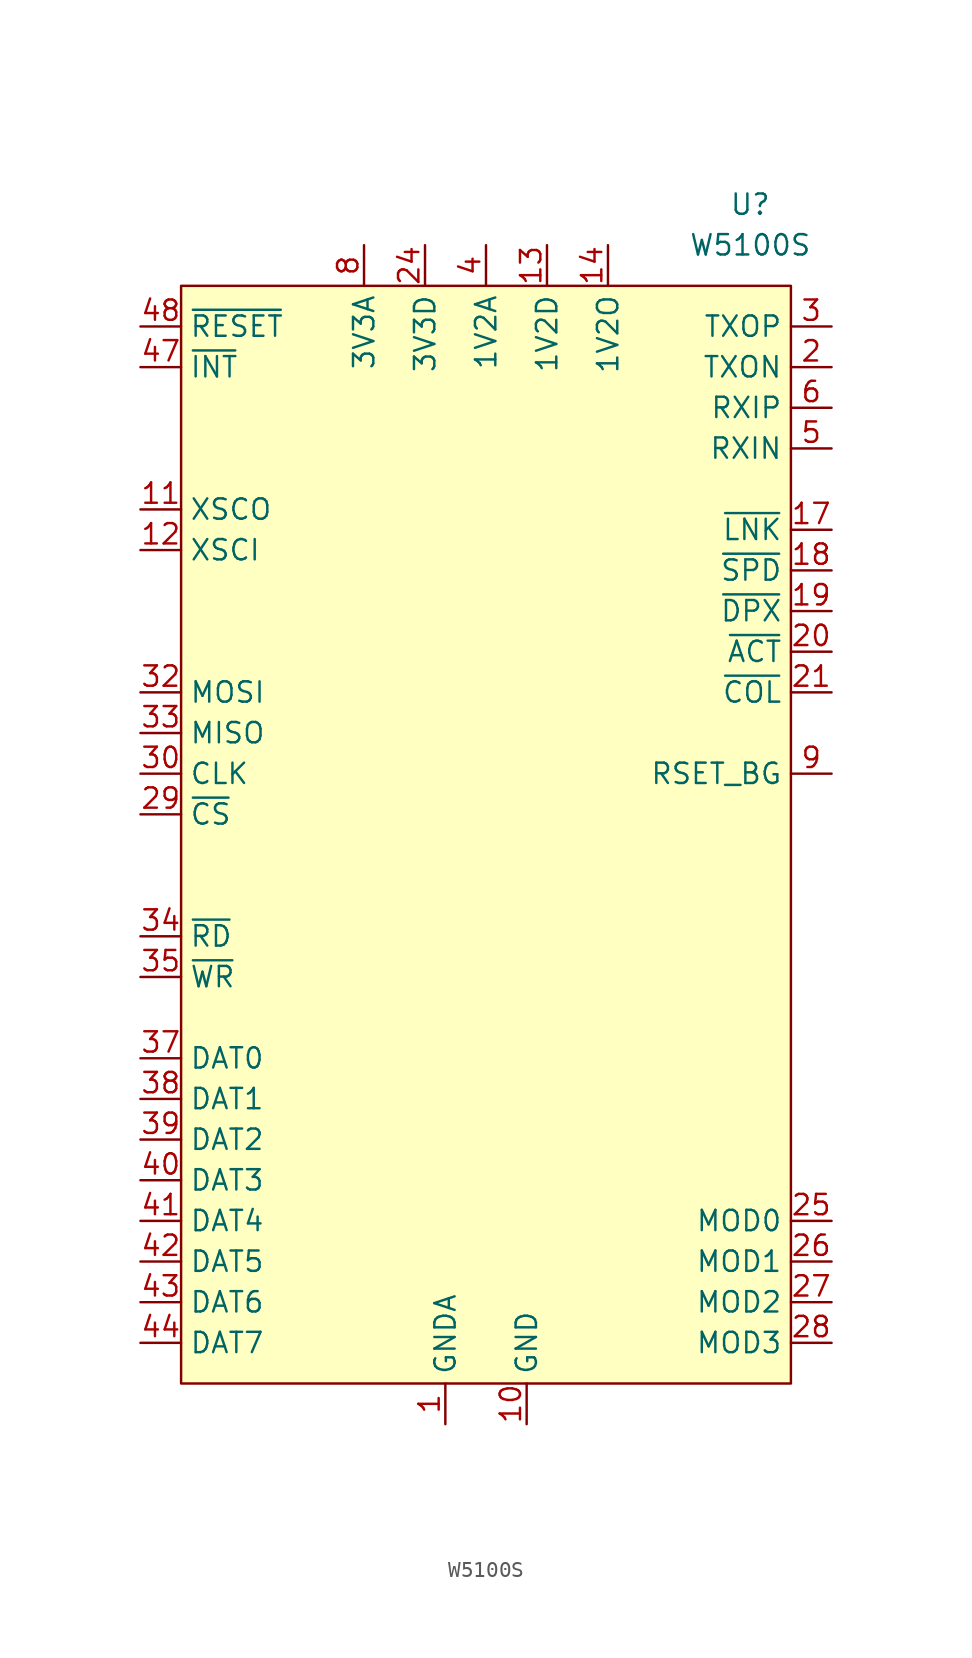
<source format=kicad_sym>
(kicad_symbol_lib
  (version 20211014)
  (generator kicad_symbol_editor)
  (symbol "W5100S"
    (property "Reference" "U"
      (at 16.51 38.1 0)
      (effects (font (size 1.27 1.27))))
    (property "Value" "W5100S"
      (at 16.51 35.56 0)
      (effects (font (size 1.27 1.27))))
    (symbol "W5100S_0_1"
      (rectangle (start -19.05 33.02) (end 19.05 -35.56) (stroke (width 0) (type default) (color 0 0 0 0)) (fill (type background))))
    (symbol "W5100S_1_1"
      (pin power_in line (at -2.54 -38.1 90) (length 2.54) (name "GNDA" (effects (font (size 1.27 1.27)))) (number "1" (effects (font (size 1.27 1.27)))))
      (pin power_in line (at 2.54 -38.1 90) (length 2.54) (name "GND" (effects (font (size 1.27 1.27)))) (number "10" (effects (font (size 1.27 1.27)))))
      (pin output line (at -21.59 19.05 0) (length 2.54) (name "XSCO" (effects (font (size 1.27 1.27)))) (number "11" (effects (font (size 1.27 1.27)))))
      (pin input line (at -21.59 16.51 0) (length 2.54) (name "XSCI" (effects (font (size 1.27 1.27)))) (number "12" (effects (font (size 1.27 1.27)))))
      (pin power_in line (at 3.81 35.56 270) (length 2.54) (name "1V2D" (effects (font (size 1.27 1.27)))) (number "13" (effects (font (size 1.27 1.27)))))
      (pin power_out line (at 7.62 35.56 270) (length 2.54) (name "1V2O" (effects (font (size 1.27 1.27)))) (number "14" (effects (font (size 1.27 1.27)))))
      (pin passive line (at -7.62 35.56 270) (length 2.54) hide (name "3V3A" (effects (font (size 1.27 1.27)))) (number "15" (effects (font (size 1.27 1.27)))))
      (pin passive line (at -2.54 -38.1 90) (length 2.54) hide (name "GNDA" (effects (font (size 1.27 1.27)))) (number "16" (effects (font (size 1.27 1.27)))))
      (pin output line (at 21.59 17.78 180) (length 2.54) (name "~{LNK}" (effects (font (size 1.27 1.27)))) (number "17" (effects (font (size 1.27 1.27)))))
      (pin output line (at 21.59 15.24 180) (length 2.54) (name "~{SPD}" (effects (font (size 1.27 1.27)))) (number "18" (effects (font (size 1.27 1.27)))))
      (pin output line (at 21.59 12.7 180) (length 2.54) (name "~{DPX}" (effects (font (size 1.27 1.27)))) (number "19" (effects (font (size 1.27 1.27)))))
      (pin output line (at 21.59 27.94 180) (length 2.54) (name "TXON" (effects (font (size 1.27 1.27)))) (number "2" (effects (font (size 1.27 1.27)))))
      (pin output line (at 21.59 10.16 180) (length 2.54) (name "~{ACT}" (effects (font (size 1.27 1.27)))) (number "20" (effects (font (size 1.27 1.27)))))
      (pin output line (at 21.59 7.62 180) (length 2.54) (name "~{COL}" (effects (font (size 1.27 1.27)))) (number "21" (effects (font (size 1.27 1.27)))))
      (pin passive line (at 3.81 35.56 270) (length 2.54) hide (name "1V2D" (effects (font (size 1.27 1.27)))) (number "22" (effects (font (size 1.27 1.27)))))
      (pin passive line (at 2.54 -38.1 90) (length 2.54) hide (name "GND" (effects (font (size 1.27 1.27)))) (number "23" (effects (font (size 1.27 1.27)))))
      (pin power_in line (at -3.81 35.56 270) (length 2.54) (name "3V3D" (effects (font (size 1.27 1.27)))) (number "24" (effects (font (size 1.27 1.27)))))
      (pin input line (at 21.59 -25.4 180) (length 2.54) (name "MOD0" (effects (font (size 1.27 1.27)))) (number "25" (effects (font (size 1.27 1.27)))))
      (pin input line (at 21.59 -27.94 180) (length 2.54) (name "MOD1" (effects (font (size 1.27 1.27)))) (number "26" (effects (font (size 1.27 1.27)))))
      (pin input line (at 21.59 -30.48 180) (length 2.54) (name "MOD2" (effects (font (size 1.27 1.27)))) (number "27" (effects (font (size 1.27 1.27)))))
      (pin input line (at 21.59 -33.02 180) (length 2.54) (name "MOD3" (effects (font (size 1.27 1.27)))) (number "28" (effects (font (size 1.27 1.27)))))
      (pin input line (at -21.59 0 0) (length 2.54) (name "~{CS}" (effects (font (size 1.27 1.27)))) (number "29" (effects (font (size 1.27 1.27)))))
      (pin output line (at 21.59 30.48 180) (length 2.54) (name "TXOP" (effects (font (size 1.27 1.27)))) (number "3" (effects (font (size 1.27 1.27)))))
      (pin input line (at -21.59 2.54 0) (length 2.54) (name "CLK" (effects (font (size 1.27 1.27)))) (number "30" (effects (font (size 1.27 1.27)))))
      (pin passive line (at 3.81 35.56 270) (length 2.54) hide (name "1V2D" (effects (font (size 1.27 1.27)))) (number "31" (effects (font (size 1.27 1.27)))))
      (pin input line (at -21.59 7.62 0) (length 2.54) (name "MOSI" (effects (font (size 1.27 1.27)))) (number "32" (effects (font (size 1.27 1.27)))))
      (pin output line (at -21.59 5.08 0) (length 2.54) (name "MISO" (effects (font (size 1.27 1.27)))) (number "33" (effects (font (size 1.27 1.27)))))
      (pin input line (at -21.59 -7.62 0) (length 2.54) (name "~{RD}" (effects (font (size 1.27 1.27)))) (number "34" (effects (font (size 1.27 1.27)))))
      (pin input line (at -21.59 -10.16 0) (length 2.54) (name "~{WR}" (effects (font (size 1.27 1.27)))) (number "35" (effects (font (size 1.27 1.27)))))
      (pin passive line (at -3.81 35.56 270) (length 2.54) hide (name "3V3D" (effects (font (size 1.27 1.27)))) (number "36" (effects (font (size 1.27 1.27)))))
      (pin input line (at -21.59 -15.24 0) (length 2.54) (name "DAT0" (effects (font (size 1.27 1.27)))) (number "37" (effects (font (size 1.27 1.27)))))
      (pin input line (at -21.59 -17.78 0) (length 2.54) (name "DAT1" (effects (font (size 1.27 1.27)))) (number "38" (effects (font (size 1.27 1.27)))))
      (pin input line (at -21.59 -20.32 0) (length 2.54) (name "DAT2" (effects (font (size 1.27 1.27)))) (number "39" (effects (font (size 1.27 1.27)))))
      (pin power_in line (at 0 35.56 270) (length 2.54) (name "1V2A" (effects (font (size 1.27 1.27)))) (number "4" (effects (font (size 1.27 1.27)))))
      (pin input line (at -21.59 -22.86 0) (length 2.54) (name "DAT3" (effects (font (size 1.27 1.27)))) (number "40" (effects (font (size 1.27 1.27)))))
      (pin input line (at -21.59 -25.4 0) (length 2.54) (name "DAT4" (effects (font (size 1.27 1.27)))) (number "41" (effects (font (size 1.27 1.27)))))
      (pin input line (at -21.59 -27.94 0) (length 2.54) (name "DAT5" (effects (font (size 1.27 1.27)))) (number "42" (effects (font (size 1.27 1.27)))))
      (pin input line (at -21.59 -30.48 0) (length 2.54) (name "DAT6" (effects (font (size 1.27 1.27)))) (number "43" (effects (font (size 1.27 1.27)))))
      (pin input line (at -21.59 -33.02 0) (length 2.54) (name "DAT7" (effects (font (size 1.27 1.27)))) (number "44" (effects (font (size 1.27 1.27)))))
      (pin passive line (at 3.81 35.56 270) (length 2.54) hide (name "1V2D" (effects (font (size 1.27 1.27)))) (number "45" (effects (font (size 1.27 1.27)))))
      (pin passive line (at 2.54 -38.1 90) (length 2.54) hide (name "GND" (effects (font (size 1.27 1.27)))) (number "46" (effects (font (size 1.27 1.27)))))
      (pin input line (at -21.59 27.94 0) (length 2.54) (name "~{INT}" (effects (font (size 1.27 1.27)))) (number "47" (effects (font (size 1.27 1.27)))))
      (pin input line (at -21.59 30.48 0) (length 2.54) (name "~{RESET}" (effects (font (size 1.27 1.27)))) (number "48" (effects (font (size 1.27 1.27)))))
      (pin passive line (at 2.54 -38.1 90) (length 2.54) hide (name "GND" (effects (font (size 1.27 1.27)))) (number "49" (effects (font (size 1.27 1.27)))))
      (pin input line (at 21.59 22.86 180) (length 2.54) (name "RXIN" (effects (font (size 1.27 1.27)))) (number "5" (effects (font (size 1.27 1.27)))))
      (pin input line (at 21.59 25.4 180) (length 2.54) (name "RXIP" (effects (font (size 1.27 1.27)))) (number "6" (effects (font (size 1.27 1.27)))))
      (pin passive line (at -2.54 -38.1 90) (length 2.54) hide (name "GNDA" (effects (font (size 1.27 1.27)))) (number "7" (effects (font (size 1.27 1.27)))))
      (pin power_in line (at -7.62 35.56 270) (length 2.54) (name "3V3A" (effects (font (size 1.27 1.27)))) (number "8" (effects (font (size 1.27 1.27)))))
      (pin input line (at 21.59 2.54 180) (length 2.54) (name "RSET_BG" (effects (font (size 1.27 1.27)))) (number "9" (effects (font (size 1.27 1.27))))))))
</source>
